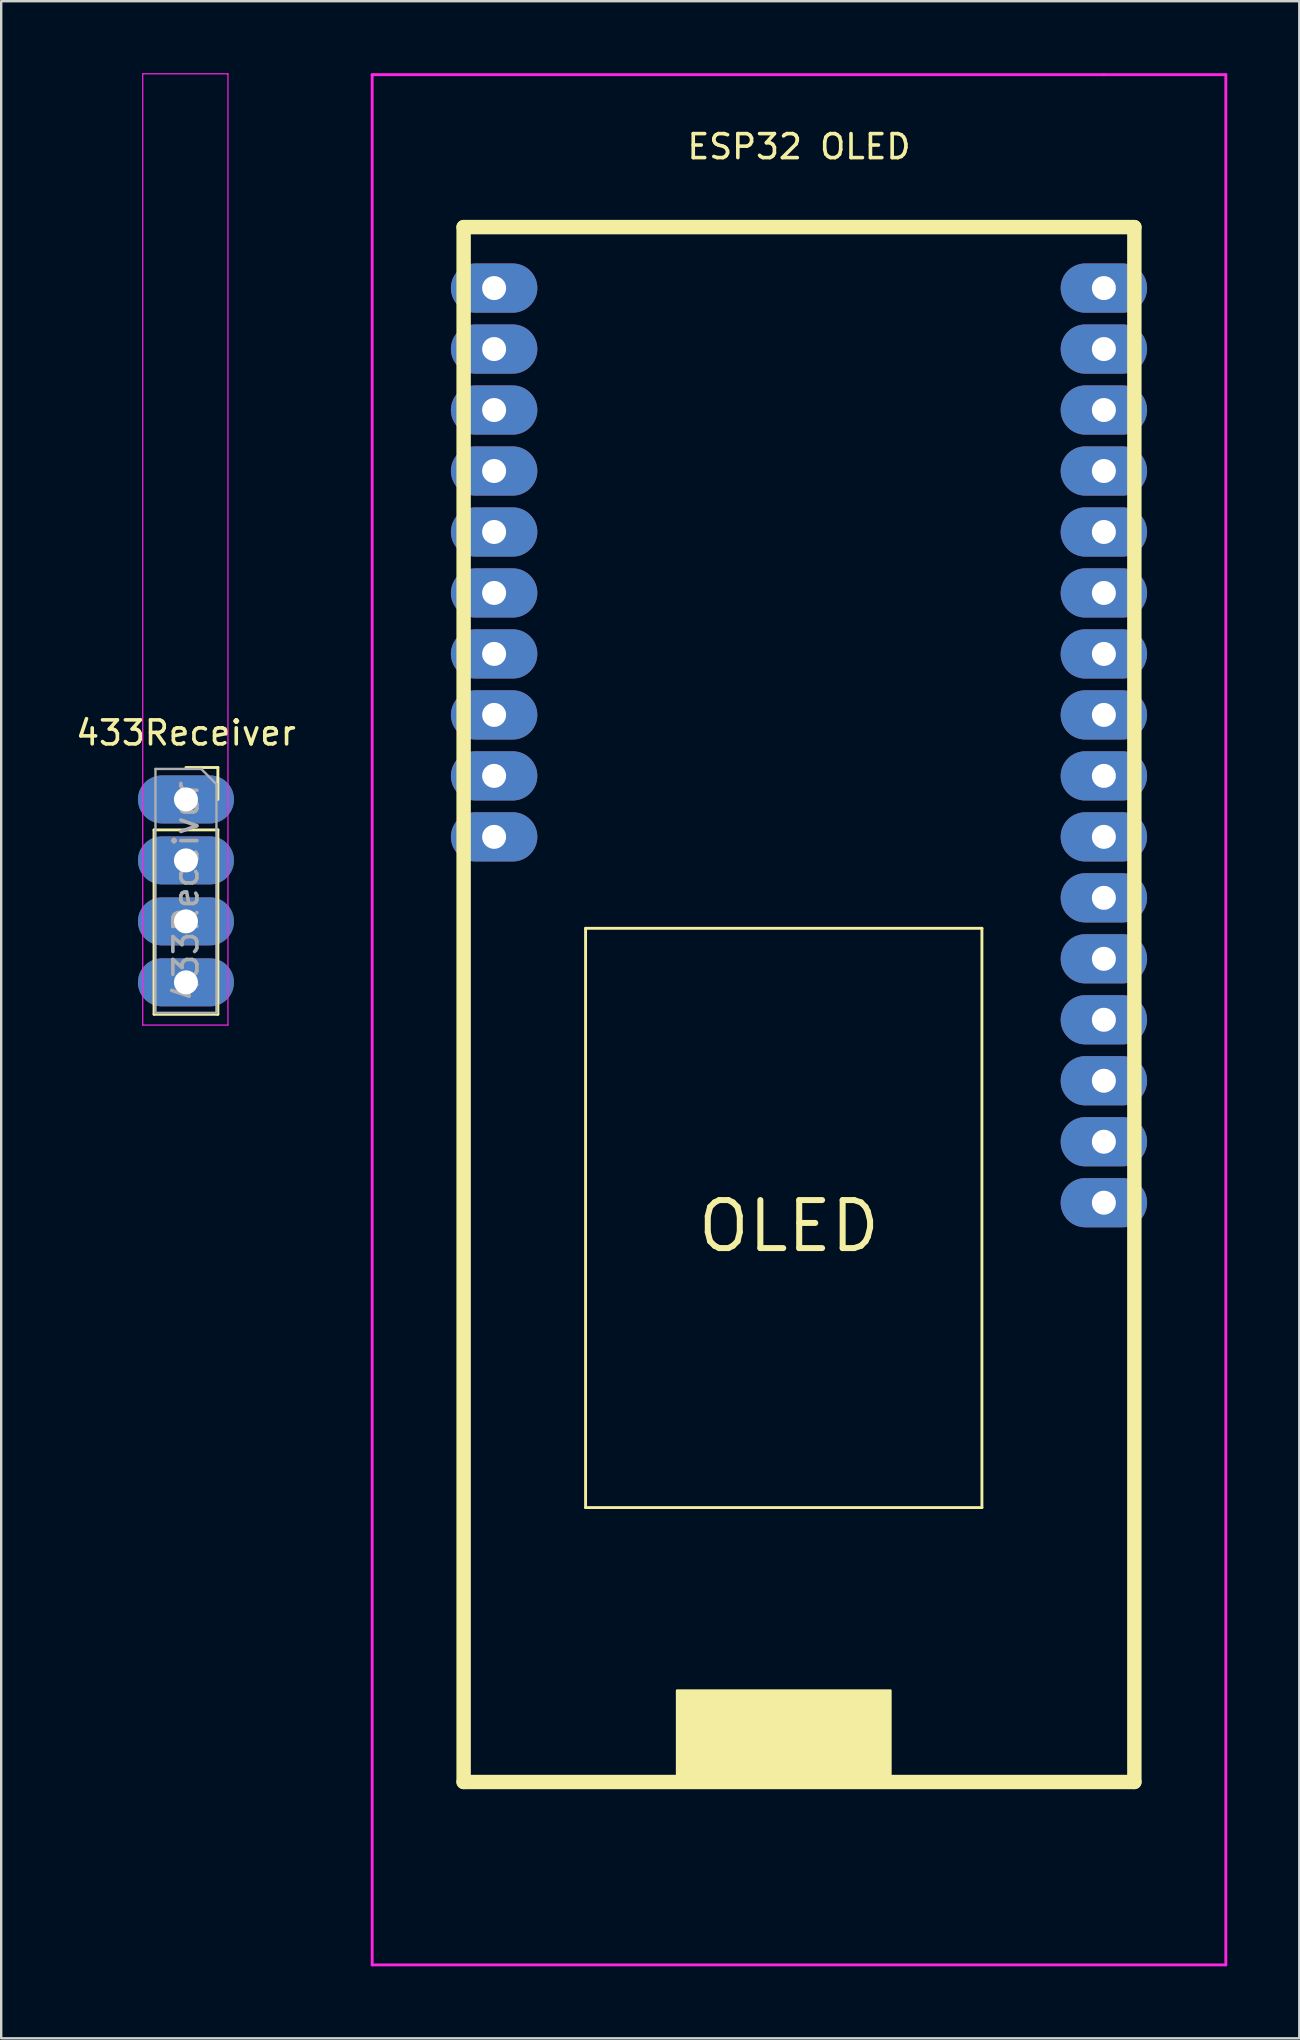
<source format=kicad_pcb>
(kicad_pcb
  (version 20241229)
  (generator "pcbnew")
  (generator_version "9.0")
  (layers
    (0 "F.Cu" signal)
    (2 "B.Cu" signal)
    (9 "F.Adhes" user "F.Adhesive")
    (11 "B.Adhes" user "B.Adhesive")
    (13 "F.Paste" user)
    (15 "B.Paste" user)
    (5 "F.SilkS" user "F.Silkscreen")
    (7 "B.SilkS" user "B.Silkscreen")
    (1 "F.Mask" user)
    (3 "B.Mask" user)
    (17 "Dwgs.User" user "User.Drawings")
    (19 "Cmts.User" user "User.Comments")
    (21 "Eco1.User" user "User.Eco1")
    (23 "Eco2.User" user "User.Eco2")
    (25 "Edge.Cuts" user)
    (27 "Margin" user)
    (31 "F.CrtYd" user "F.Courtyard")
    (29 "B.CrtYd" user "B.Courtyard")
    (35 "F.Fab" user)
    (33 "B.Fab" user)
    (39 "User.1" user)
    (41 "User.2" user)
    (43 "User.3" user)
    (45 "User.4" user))
  (footprint "ESP32 OLED"
    (layer "F.Cu")
    (at 16.263 71.18)
    (property "Reference" "ESP32 OLED" (at 13.97 -68.12 0) (layer "F.SilkS") (effects (font (size 1 1) (thickness 0.15))))
    (attr through_hole)
    (fp_line (start 0 -64.77) (end 27.94 -64.77) (stroke (width 0.6) (type solid)) (layer "F.SilkS"))
    (fp_line (start 0 0) (end 0 -64.77) (stroke (width 0.6) (type solid)) (layer "F.SilkS"))
    (fp_line (start 5.08 -35.56) (end 5.08 -11.43) (stroke (width 0.12) (type solid)) (layer "F.SilkS"))
    (fp_line (start 5.08 -11.43) (end 21.59 -11.43) (stroke (width 0.12) (type solid)) (layer "F.SilkS"))
    (fp_line (start 21.59 -35.56) (end 5.08 -35.56) (stroke (width 0.12) (type solid)) (layer "F.SilkS"))
    (fp_line (start 21.59 -11.43) (end 21.59 -35.56) (stroke (width 0.12) (type solid)) (layer "F.SilkS"))
    (fp_line (start 27.94 -64.77) (end 27.94 0) (stroke (width 0.6) (type solid)) (layer "F.SilkS"))
    (fp_line (start 27.94 0) (end 0 0) (stroke (width 0.6) (type solid)) (layer "F.SilkS"))
    (fp_poly (pts (xy 8.89 -3.81) (xy 17.78 -3.81) (xy 17.78 0) (xy 8.89 0)) (stroke (width 0.1) (type solid)) (fill yes) (layer "F.SilkS"))
    (fp_line (start -3.81 -71.12) (end 26.67 -71.12) (stroke (width 0.12) (type solid)) (layer "F.CrtYd"))
    (fp_line (start -3.81 7.62) (end -3.81 -71.12) (stroke (width 0.12) (type solid)) (layer "F.CrtYd"))
    (fp_line (start 26.67 -71.12) (end 31.75 -71.12) (stroke (width 0.12) (type solid)) (layer "F.CrtYd"))
    (fp_line (start 31.75 -71.12) (end 31.75 7.62) (stroke (width 0.12) (type solid)) (layer "F.CrtYd"))
    (fp_line (start 31.75 7.62) (end -3.81 7.62) (stroke (width 0.12) (type solid)) (layer "F.CrtYd"))
    (fp_text user "OLED" (at 13.551 -23.152 0) (layer "F.SilkS") (effects (font (size 2 2) (thickness 0.25))))
    (pad "1" thru_hole oval (at 26.67 -24.13) (size 3.6 2.05) (drill 1) (layers "*.Cu" "*.Mask"))
    (pad "2" thru_hole oval (at 26.67 -26.67) (size 3.6 2.05) (drill 1) (layers "*.Cu" "*.Mask"))
    (pad "3" thru_hole oval (at 26.67 -29.21) (size 3.6 2.05) (drill 1) (layers "*.Cu" "*.Mask"))
    (pad "4" thru_hole oval (at 26.67 -31.75) (size 3.6 2.05) (drill 1) (layers "*.Cu" "*.Mask"))
    (pad "5" thru_hole oval (at 26.67 -34.29) (size 3.6 2.05) (drill 1) (layers "*.Cu" "*.Mask"))
    (pad "6" thru_hole oval (at 26.67 -36.83) (size 3.6 2.05) (drill 1) (layers "*.Cu" "*.Mask"))
    (pad "7" thru_hole oval (at 26.67 -39.37) (size 3.6 2.05) (drill 1) (layers "*.Cu" "*.Mask"))
    (pad "8" thru_hole oval (at 26.67 -41.91) (size 3.6 2.05) (drill 1) (layers "*.Cu" "*.Mask"))
    (pad "9" thru_hole oval (at 26.67 -44.45) (size 3.6 2.05) (drill 1) (layers "*.Cu" "*.Mask"))
    (pad "10" thru_hole oval (at 26.67 -46.99) (size 3.6 2.05) (drill 1) (layers "*.Cu" "*.Mask"))
    (pad "11" thru_hole oval (at 26.67 -49.53) (size 3.6 2.05) (drill 1) (layers "*.Cu" "*.Mask"))
    (pad "12" thru_hole oval (at 26.67 -52.07) (size 3.6 2.05) (drill 1) (layers "*.Cu" "*.Mask"))
    (pad "13" thru_hole oval (at 26.67 -54.61) (size 3.6 2.05) (drill 1) (layers "*.Cu" "*.Mask"))
    (pad "14" thru_hole oval (at 26.67 -57.15) (size 3.6 2.05) (drill 1) (layers "*.Cu" "*.Mask"))
    (pad "15" thru_hole oval (at 26.67 -59.69) (size 3.6 2.05) (drill 1) (layers "*.Cu" "*.Mask"))
    (pad "16" thru_hole oval (at 26.67 -62.23) (size 3.6 2.05) (drill 1) (layers "*.Cu" "*.Mask"))
    (pad "17" thru_hole oval (at 1.27 -62.23) (size 3.6 2.05) (drill 1) (layers "*.Cu" "*.Mask"))
    (pad "18" thru_hole oval (at 1.27 -59.69) (size 3.6 2.05) (drill 1) (layers "*.Cu" "*.Mask"))
    (pad "19" thru_hole oval (at 1.27 -57.15) (size 3.6 2.05) (drill 1) (layers "*.Cu" "*.Mask"))
    (pad "20" thru_hole oval (at 1.27 -54.61) (size 3.6 2.05) (drill 1) (layers "*.Cu" "*.Mask"))
    (pad "21" thru_hole oval (at 1.27 -52.07) (size 3.6 2.05) (drill 1) (layers "*.Cu" "*.Mask"))
    (pad "22" thru_hole oval (at 1.27 -49.53) (size 3.6 2.05) (drill 1) (layers "*.Cu" "*.Mask"))
    (pad "23" thru_hole oval (at 1.27 -46.99) (size 3.6 2.05) (drill 1) (layers "*.Cu" "*.Mask"))
    (pad "24" thru_hole oval (at 1.27 -44.45) (size 3.6 2.05) (drill 1) (layers "*.Cu" "*.Mask"))
    (pad "25" thru_hole oval (at 1.27 -41.91) (size 3.6 2.05) (drill 1) (layers "*.Cu" "*.Mask"))
    (pad "26" thru_hole oval (at 1.27 -39.37) (size 3.6 2.05) (drill 1) (layers "*.Cu" "*.Mask")))
  (footprint "433Receiver"
    (layer "F.Cu")
    (at 4.696 30.251)
    (property "Reference" "433Receiver" (at 0 -2.77 0) (layer "F.SilkS") (effects (font (size 1 1) (thickness 0.15))))
    (attr through_hole)
    (fp_line (start -1.33 1.27) (end -1.33 8.95) (stroke (width 0.12) (type solid)) (layer "F.SilkS"))
    (fp_line (start -1.33 1.27) (end 1.33 1.27) (stroke (width 0.12) (type solid)) (layer "F.SilkS"))
    (fp_line (start -1.33 8.95) (end 1.33 8.95) (stroke (width 0.12) (type solid)) (layer "F.SilkS"))
    (fp_line (start 0 -1.33) (end 1.33 -1.33) (stroke (width 0.12) (type solid)) (layer "F.SilkS"))
    (fp_line (start 1.33 -1.33) (end 1.33 0) (stroke (width 0.12) (type solid)) (layer "F.SilkS"))
    (fp_line (start 1.33 1.27) (end 1.33 8.95) (stroke (width 0.12) (type solid)) (layer "F.SilkS"))
    (fp_line (start -1.8 -30.226) (end 1.75 -30.226) (stroke (width 0.05) (type solid)) (layer "F.CrtYd"))
    (fp_line (start -1.8 9.4) (end -1.8 -30.226) (stroke (width 0.05) (type solid)) (layer "F.CrtYd"))
    (fp_line (start 1.75 -30.226) (end 1.75 9.4) (stroke (width 0.05) (type solid)) (layer "F.CrtYd"))
    (fp_line (start 1.75 9.4) (end -1.8 9.4) (stroke (width 0.05) (type solid)) (layer "F.CrtYd"))
    (fp_line (start -1.27 -1.27) (end 0.635 -1.27) (stroke (width 0.1) (type solid)) (layer "F.Fab"))
    (fp_line (start -1.27 8.89) (end -1.27 -1.27) (stroke (width 0.1) (type solid)) (layer "F.Fab"))
    (fp_line (start 0.635 -1.27) (end 1.27 -0.635) (stroke (width 0.1) (type solid)) (layer "F.Fab"))
    (fp_line (start 1.27 -0.635) (end 1.27 8.89) (stroke (width 0.1) (type solid)) (layer "F.Fab"))
    (fp_line (start 1.27 8.89) (end -1.27 8.89) (stroke (width 0.1) (type solid)) (layer "F.Fab"))
    (fp_text user "${REFERENCE}" (at 0 3.81 270) (layer "F.Fab") (effects (font (size 1 1) (thickness 0.15))))
    (pad "1" thru_hole oval (at 0 0) (size 4 2) (drill 1) (layers "*.Cu" "*.Mask"))
    (pad "2" thru_hole oval (at 0 2.54) (size 4 2) (drill 1) (layers "*.Cu" "*.Mask"))
    (pad "3" thru_hole oval (at 0 5.08) (size 4 2) (drill 1) (layers "*.Cu" "*.Mask"))
    (pad "4" thru_hole oval (at 0 7.62) (size 4 2) (drill 1) (layers "*.Cu" "*.Mask")))
  (gr_rect
    (start -3 -3)
    (end 51.073 81.86)
    (stroke (width 0.1) (type default))
    (fill no)
    (layer "Edge.Cuts")))
</source>
